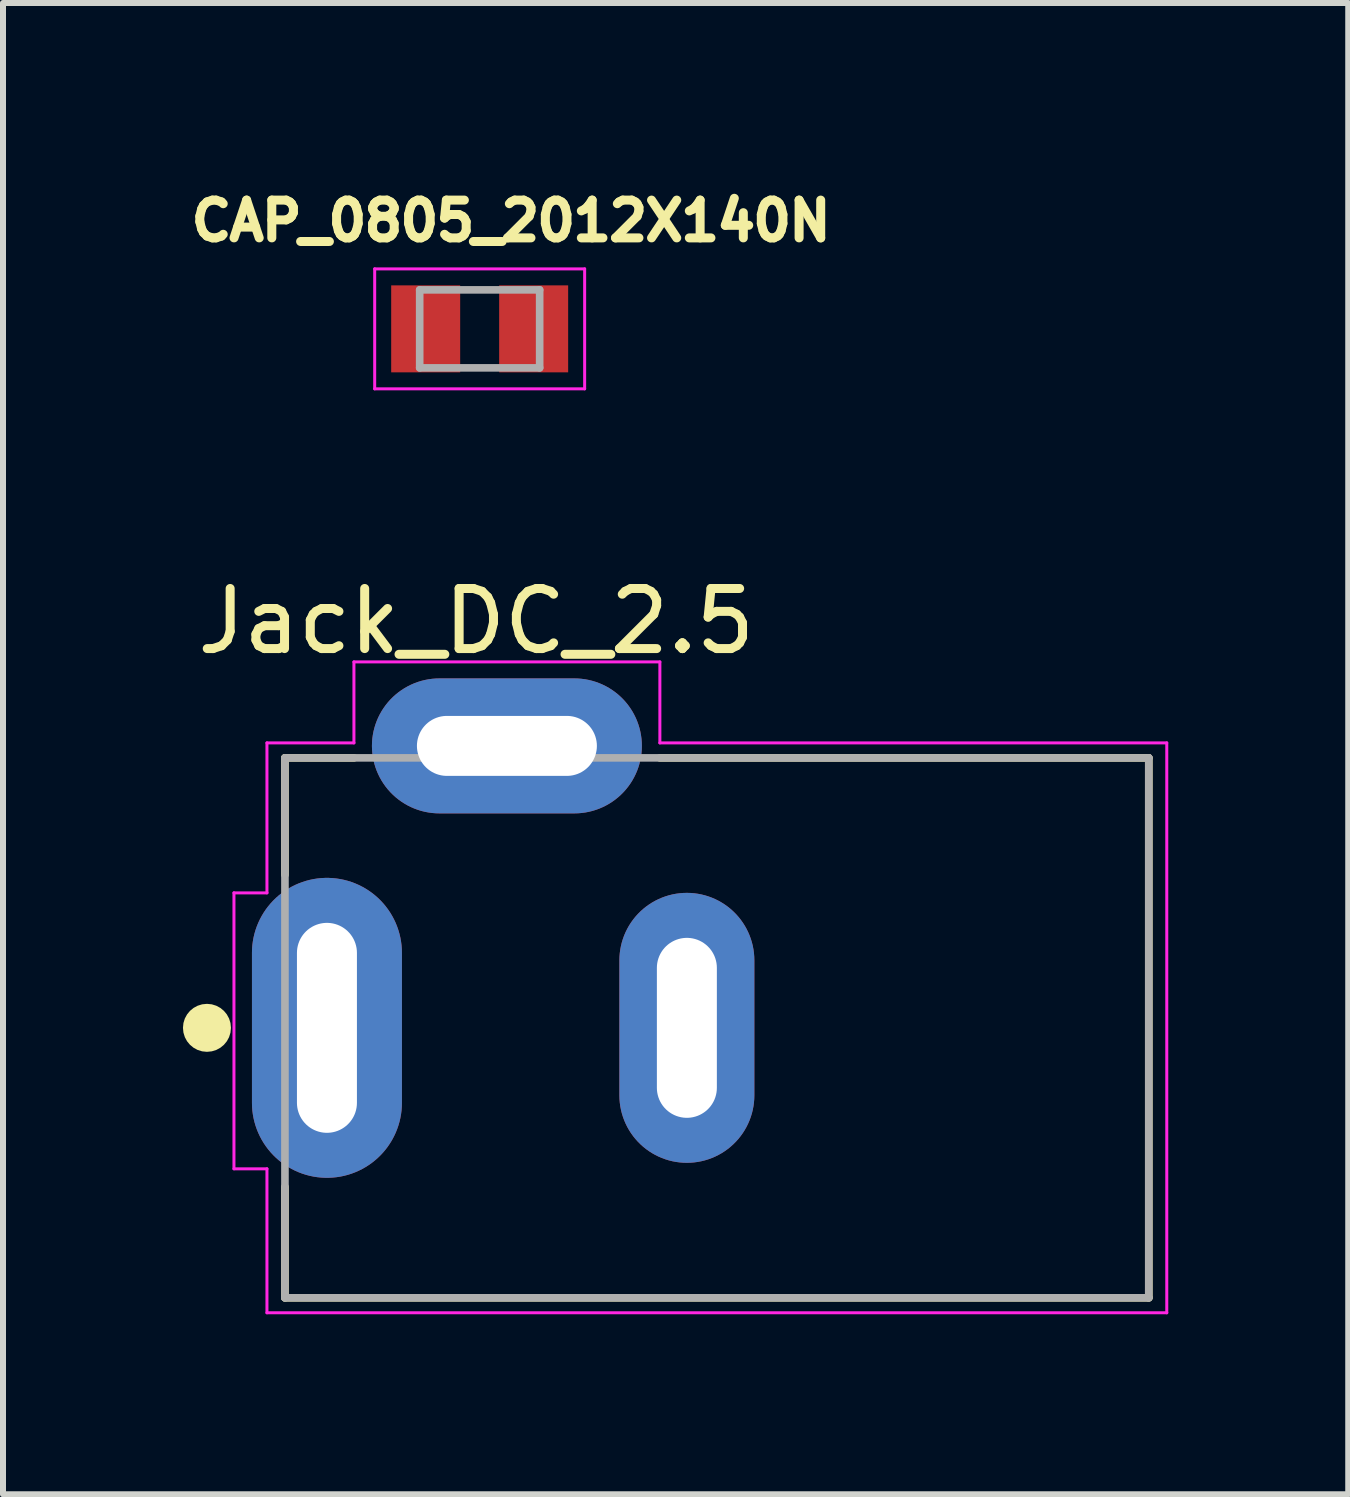
<source format=kicad_pcb>
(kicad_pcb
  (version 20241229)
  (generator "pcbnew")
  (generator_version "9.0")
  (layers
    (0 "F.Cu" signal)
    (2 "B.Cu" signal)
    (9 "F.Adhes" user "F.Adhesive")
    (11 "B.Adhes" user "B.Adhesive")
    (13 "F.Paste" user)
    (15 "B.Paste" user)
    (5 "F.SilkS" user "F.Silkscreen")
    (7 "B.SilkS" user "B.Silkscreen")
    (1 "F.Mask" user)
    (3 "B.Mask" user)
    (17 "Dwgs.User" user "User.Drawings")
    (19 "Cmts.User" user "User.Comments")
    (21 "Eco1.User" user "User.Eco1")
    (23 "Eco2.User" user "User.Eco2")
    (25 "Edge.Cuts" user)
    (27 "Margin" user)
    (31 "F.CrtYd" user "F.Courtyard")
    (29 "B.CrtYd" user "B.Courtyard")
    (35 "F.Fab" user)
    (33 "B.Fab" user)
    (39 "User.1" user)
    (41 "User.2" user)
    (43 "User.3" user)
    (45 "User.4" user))
  (footprint "CAP_0805_2012X140N"
    (layer "F.Cu")
    (at 4.946 2.432)
    (property "Reference" "CAP_0805_2012X140N" (at 0.525 -1.8 0) (layer "F.SilkS") (effects (font (size 0.63 0.63) (thickness 0.15))))
    (attr smd)
    (fp_line (start -1.75 -1) (end 1.75 -1) (stroke (width 0.05) (type solid)) (layer "F.CrtYd"))
    (fp_line (start -1.75 1) (end -1.75 -1) (stroke (width 0.05) (type solid)) (layer "F.CrtYd"))
    (fp_line (start 1.75 -1) (end 1.75 1) (stroke (width 0.05) (type solid)) (layer "F.CrtYd"))
    (fp_line (start 1.75 1) (end -1.75 1) (stroke (width 0.05) (type solid)) (layer "F.CrtYd"))
    (fp_line (start -1 -0.65) (end 1 -0.65) (stroke (width 0.127) (type solid)) (layer "F.Fab"))
    (fp_line (start -1 0.65) (end -1 -0.65) (stroke (width 0.127) (type solid)) (layer "F.Fab"))
    (fp_line (start 1 -0.65) (end 1 0.65) (stroke (width 0.127) (type solid)) (layer "F.Fab"))
    (fp_line (start 1 0.65) (end -1 0.65) (stroke (width 0.127) (type solid)) (layer "F.Fab"))
    (pad "1" smd rect (at -0.9 0) (size 1.15 1.45) (layers "F.Cu" "F.Mask" "F.Paste"))
    (pad "2" smd rect (at 0.9 0) (size 1.15 1.45) (layers "F.Cu" "F.Mask" "F.Paste")))
  (footprint "Jack_DC_2.5"
    (layer "F.Cu")
    (at 2.4 14.084)
    (property "Reference" "Jack_DC_2.5" (at 2.49 -6.778 0) (layer "F.SilkS") (effects (font (size 1.002 1.002) (thickness 0.15))))
    (attr through_hole)
    (fp_line (start -0.7 -4.5) (end 0.45 -4.5) (stroke (width 0.127) (type solid)) (layer "F.SilkS"))
    (fp_line (start -0.7 -2.55) (end -0.7 -4.5) (stroke (width 0.127) (type solid)) (layer "F.SilkS"))
    (fp_line (start -0.7 4.5) (end -0.7 2.65) (stroke (width 0.127) (type solid)) (layer "F.SilkS"))
    (fp_line (start 5.55 -4.5) (end 13.7 -4.5) (stroke (width 0.127) (type solid)) (layer "F.SilkS"))
    (fp_line (start 13.7 -4.5) (end 13.7 4.5) (stroke (width 0.127) (type solid)) (layer "F.SilkS"))
    (fp_line (start 13.7 4.5) (end -0.7 4.5) (stroke (width 0.127) (type solid)) (layer "F.SilkS"))
    (fp_circle (center -2 0) (end -1.8 0) (stroke (width 0.4) (type solid)) (fill no) (layer "F.SilkS"))
    (fp_line (start -1.55 -2.25) (end -1.55 2.35) (stroke (width 0.05) (type solid)) (layer "F.CrtYd"))
    (fp_line (start -1.55 2.35) (end -1 2.35) (stroke (width 0.05) (type solid)) (layer "F.CrtYd"))
    (fp_line (start -1 -4.75) (end 0.45 -4.75) (stroke (width 0.05) (type solid)) (layer "F.CrtYd"))
    (fp_line (start -1 -2.25) (end -1.55 -2.25) (stroke (width 0.05) (type solid)) (layer "F.CrtYd"))
    (fp_line (start -1 -2.25) (end -1 -4.75) (stroke (width 0.05) (type solid)) (layer "F.CrtYd"))
    (fp_line (start -1 4.75) (end -1 2.35) (stroke (width 0.05) (type solid)) (layer "F.CrtYd"))
    (fp_line (start 0.45 -6.1) (end 5.55 -6.1) (stroke (width 0.05) (type solid)) (layer "F.CrtYd"))
    (fp_line (start 0.45 -4.75) (end 0.45 -6.1) (stroke (width 0.05) (type solid)) (layer "F.CrtYd"))
    (fp_line (start 5.55 -6.1) (end 5.55 -4.75) (stroke (width 0.05) (type solid)) (layer "F.CrtYd"))
    (fp_line (start 5.55 -4.75) (end 14 -4.75) (stroke (width 0.05) (type solid)) (layer "F.CrtYd"))
    (fp_line (start 14 -4.75) (end 14 4.75) (stroke (width 0.05) (type solid)) (layer "F.CrtYd"))
    (fp_line (start 14 4.75) (end -1 4.75) (stroke (width 0.05) (type solid)) (layer "F.CrtYd"))
    (fp_line (start -0.7 -4.5) (end 13.7 -4.5) (stroke (width 0.127) (type solid)) (layer "F.Fab"))
    (fp_line (start -0.7 4.5) (end -0.7 -4.5) (stroke (width 0.127) (type solid)) (layer "F.Fab"))
    (fp_line (start 13.7 -4.5) (end 13.7 4.5) (stroke (width 0.127) (type solid)) (layer "F.Fab"))
    (fp_line (start 13.7 4.5) (end -0.7 4.5) (stroke (width 0.127) (type solid)) (layer "F.Fab"))
    (pad "1" thru_hole oval (at 0 0) (size 2.5 5) (drill oval 1 3.5) (layers "*.Cu" "*.Mask"))
    (pad "2" thru_hole oval (at 6 0) (size 2.25 4.5) (drill oval 1 3) (layers "*.Cu" "*.Mask"))
    (pad "3" thru_hole oval (at 3 -4.7) (size 4.5 2.25) (drill oval 3 1) (layers "*.Cu" "*.Mask")))
  (gr_rect
    (start -3 -3)
    (end 19.425 21.859)
    (stroke (width 0.1) (type default))
    (fill no)
    (layer "Edge.Cuts")))
</source>
